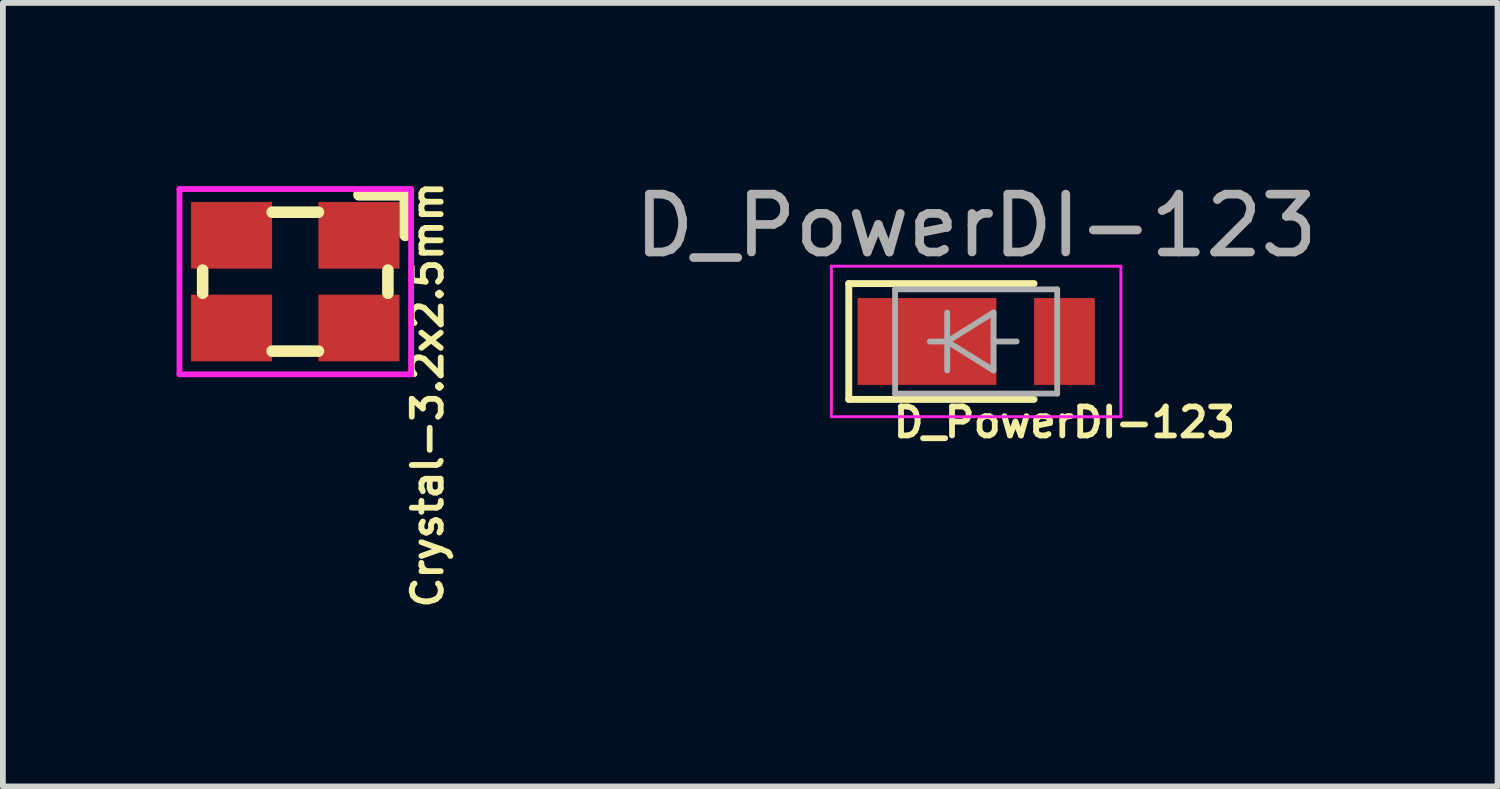
<source format=kicad_pcb>
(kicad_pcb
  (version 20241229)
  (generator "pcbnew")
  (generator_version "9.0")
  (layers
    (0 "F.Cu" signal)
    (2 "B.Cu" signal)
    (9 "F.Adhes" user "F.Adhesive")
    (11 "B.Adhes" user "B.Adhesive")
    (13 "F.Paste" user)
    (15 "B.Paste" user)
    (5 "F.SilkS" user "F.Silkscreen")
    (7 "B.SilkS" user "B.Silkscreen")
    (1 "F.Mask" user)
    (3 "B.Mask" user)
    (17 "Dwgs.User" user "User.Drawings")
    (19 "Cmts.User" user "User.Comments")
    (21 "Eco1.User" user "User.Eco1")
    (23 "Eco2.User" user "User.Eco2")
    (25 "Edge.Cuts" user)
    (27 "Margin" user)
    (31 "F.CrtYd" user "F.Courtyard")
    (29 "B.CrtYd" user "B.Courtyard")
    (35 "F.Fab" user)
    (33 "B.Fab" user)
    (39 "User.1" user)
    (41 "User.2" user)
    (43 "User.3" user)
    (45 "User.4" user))
  (footprint "Crystal-3.2x2.5mm"
    (layer "F.Cu")
    (at 2.05 1.815)
    (property "Reference" "Crystal-3.2x2.5mm" (at 2.286 1.952 90) (layer "F.SilkS") (effects (font (size 0.5 0.5) (thickness 0.1))))
    (attr smd)
    (fp_line (start -1.6 -0.2) (end -1.6 0.2) (stroke (width 0.2) (type solid)) (layer "F.SilkS"))
    (fp_line (start -0.4 -1.2) (end 0.4 -1.2) (stroke (width 0.2) (type solid)) (layer "F.SilkS"))
    (fp_line (start 0.4 1.2) (end -0.4 1.2) (stroke (width 0.2) (type solid)) (layer "F.SilkS"))
    (fp_line (start 1.1 -1.5) (end 1.9 -1.5) (stroke (width 0.2) (type solid)) (layer "F.SilkS"))
    (fp_line (start 1.6 -0.2) (end 1.6 0.2) (stroke (width 0.2) (type solid)) (layer "F.SilkS"))
    (fp_line (start 1.9 -1.5) (end 1.9 -0.8) (stroke (width 0.2) (type solid)) (layer "F.SilkS"))
    (fp_line (start -2 -1.6) (end 2 -1.6) (stroke (width 0.1) (type solid)) (layer "F.CrtYd"))
    (fp_line (start -2 1.6) (end -2 -1.6) (stroke (width 0.1) (type solid)) (layer "F.CrtYd"))
    (fp_line (start 2 -1.6) (end 2 1.6) (stroke (width 0.1) (type solid)) (layer "F.CrtYd"))
    (fp_line (start 2 1.6) (end -2 1.6) (stroke (width 0.1) (type solid)) (layer "F.CrtYd"))
    (pad "1" smd rect (at 1.1 -0.8) (size 1.4 1.15) (layers "F.Cu" "F.Mask" "F.Paste"))
    (pad "2" smd rect (at -1.1 -0.8) (size 1.4 1.15) (layers "F.Cu" "F.Mask" "F.Paste"))
    (pad "3" smd rect (at -1.1 0.8) (size 1.4 1.15) (layers "F.Cu" "F.Mask" "F.Paste"))
    (pad "4" smd rect (at 1.1 0.8) (size 1.4 1.15) (layers "F.Cu" "F.Mask" "F.Paste")))
  (footprint "D_PowerDI-123"
    (layer "F.Cu")
    (at 13.81 2.848)
    (property "Reference" "D_PowerDI-123" (at 1.524 1.397 0) (layer "F.SilkS") (effects (font (size 0.5 0.5) (thickness 0.1))))
    (attr smd)
    (fp_line (start -2.2 1) (end -2.2 -1) (stroke (width 0.12) (type solid)) (layer "F.SilkS"))
    (fp_line (start -2.2 1) (end 1 1) (stroke (width 0.12) (type solid)) (layer "F.SilkS"))
    (fp_line (start 1 -1) (end -2.2 -1) (stroke (width 0.12) (type solid)) (layer "F.SilkS"))
    (fp_line (start -2.5 -1.3) (end 2.5 -1.3) (stroke (width 0.05) (type solid)) (layer "F.CrtYd"))
    (fp_line (start -2.5 1.3) (end -2.5 -1.3) (stroke (width 0.05) (type solid)) (layer "F.CrtYd"))
    (fp_line (start 2.5 -1.3) (end 2.5 1.3) (stroke (width 0.05) (type solid)) (layer "F.CrtYd"))
    (fp_line (start 2.5 1.3) (end -2.5 1.3) (stroke (width 0.05) (type solid)) (layer "F.CrtYd"))
    (fp_line (start -1.4 -0.9) (end 1.4 -0.9) (stroke (width 0.1) (type solid)) (layer "F.Fab"))
    (fp_line (start -1.4 0.9) (end -1.4 -0.9) (stroke (width 0.1) (type solid)) (layer "F.Fab"))
    (fp_line (start -0.8 0) (end -0.5 0) (stroke (width 0.1) (type solid)) (layer "F.Fab"))
    (fp_line (start -0.5 0) (end -0.5 -0.5) (stroke (width 0.1) (type solid)) (layer "F.Fab"))
    (fp_line (start -0.5 0) (end -0.5 0.5) (stroke (width 0.1) (type solid)) (layer "F.Fab"))
    (fp_line (start -0.5 0) (end 0.3 0.5) (stroke (width 0.1) (type solid)) (layer "F.Fab"))
    (fp_line (start 0.3 -0.5) (end -0.5 0) (stroke (width 0.1) (type solid)) (layer "F.Fab"))
    (fp_line (start 0.3 0) (end 0.7 0) (stroke (width 0.1) (type solid)) (layer "F.Fab"))
    (fp_line (start 0.3 0.5) (end 0.3 -0.5) (stroke (width 0.1) (type solid)) (layer "F.Fab"))
    (fp_line (start 1.4 -0.9) (end 1.4 0.9) (stroke (width 0.1) (type solid)) (layer "F.Fab"))
    (fp_line (start 1.4 0.9) (end -1.4 0.9) (stroke (width 0.1) (type solid)) (layer "F.Fab"))
    (fp_text user "${REFERENCE}" (at 0 -2 0) (layer "F.Fab") (effects (font (size 1 1) (thickness 0.15))))
    (pad "1" smd rect (at -0.85 0 180) (size 2.4 1.5) (layers "F.Cu" "F.Mask" "F.Paste"))
    (pad "2" smd rect (at 1.525 0 180) (size 1.05 1.5) (layers "F.Cu" "F.Mask" "F.Paste")))
  (gr_rect
    (start -3 -3)
    (end 22.816 10.533)
    (stroke (width 0.1) (type default))
    (fill no)
    (layer "Edge.Cuts")))
</source>
